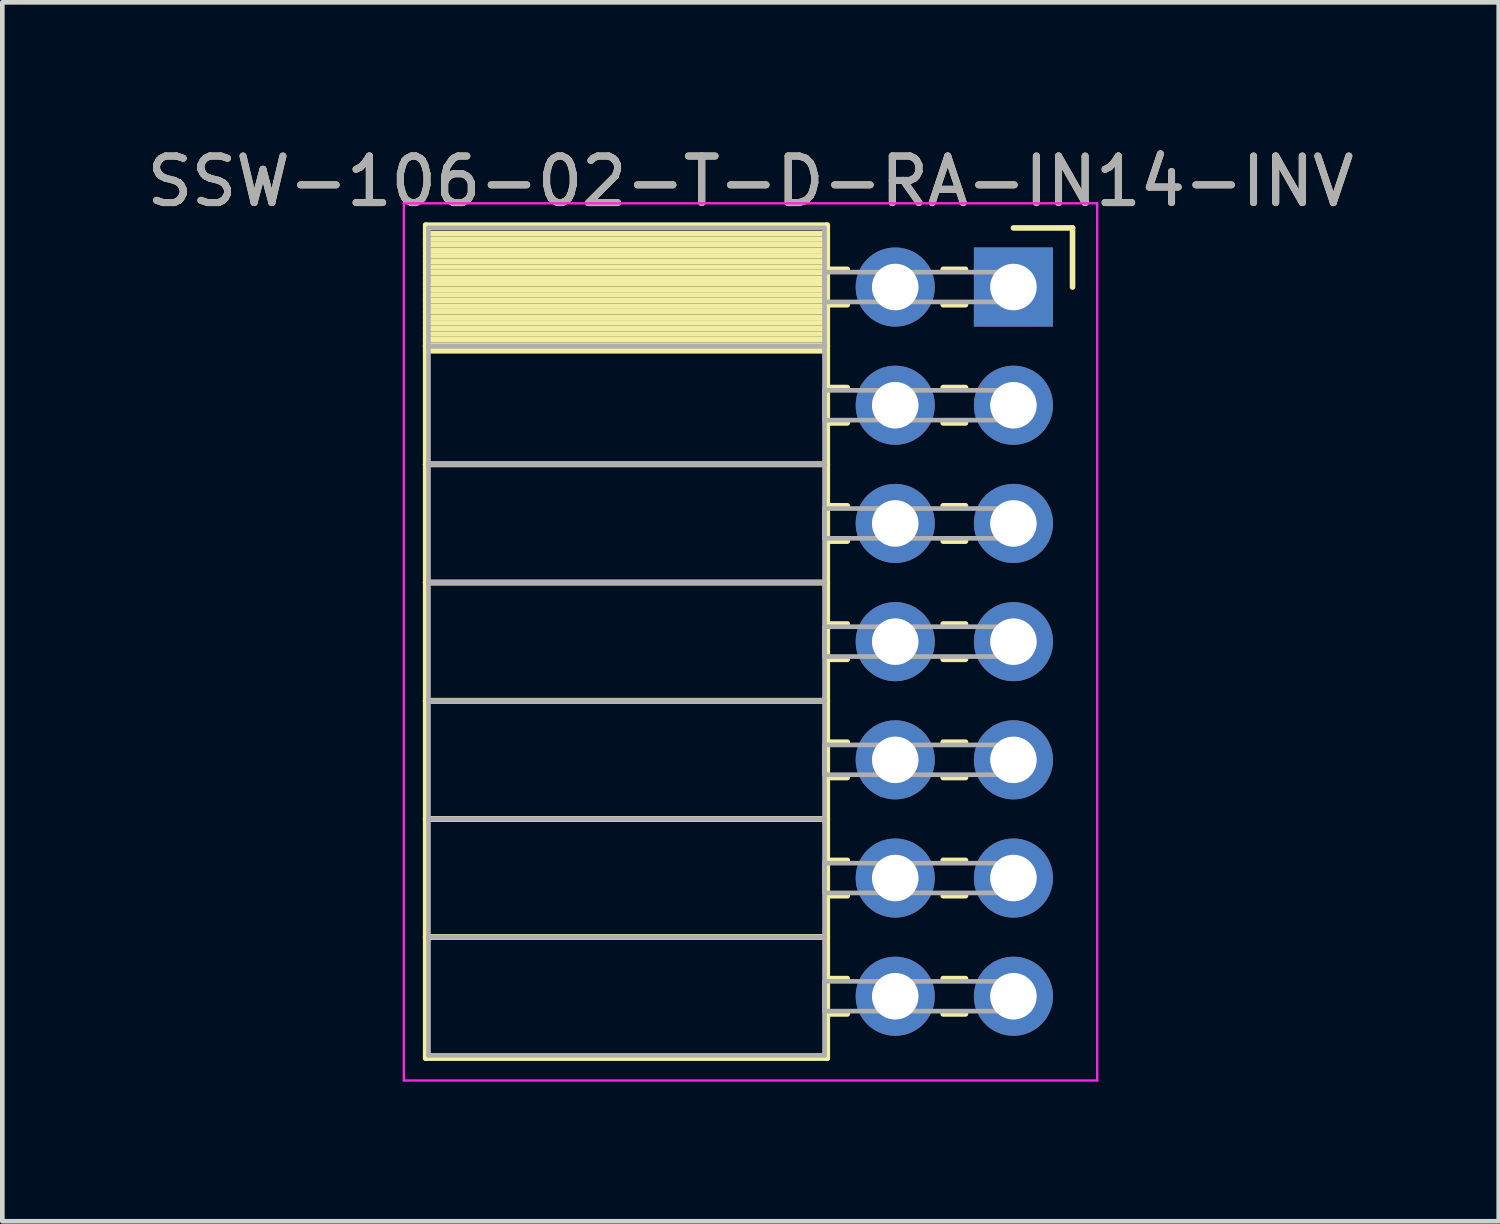
<source format=kicad_pcb>
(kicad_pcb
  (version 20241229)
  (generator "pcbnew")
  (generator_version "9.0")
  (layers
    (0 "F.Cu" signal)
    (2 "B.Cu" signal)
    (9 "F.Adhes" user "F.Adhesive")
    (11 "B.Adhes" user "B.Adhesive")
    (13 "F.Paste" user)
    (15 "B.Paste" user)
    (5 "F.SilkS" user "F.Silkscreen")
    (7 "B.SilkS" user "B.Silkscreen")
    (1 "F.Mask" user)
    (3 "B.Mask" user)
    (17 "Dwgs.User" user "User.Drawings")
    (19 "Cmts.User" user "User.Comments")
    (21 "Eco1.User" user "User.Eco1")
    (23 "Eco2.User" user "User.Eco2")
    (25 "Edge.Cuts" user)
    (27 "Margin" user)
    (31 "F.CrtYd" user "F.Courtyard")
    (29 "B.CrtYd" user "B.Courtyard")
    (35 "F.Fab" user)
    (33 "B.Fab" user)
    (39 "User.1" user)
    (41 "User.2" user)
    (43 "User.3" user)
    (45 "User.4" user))
  (footprint "SSW-106-02-T-D-RA-IN14-INV"
    (layer "F.Cu")
    (at 18.727 3.118)
    (property "Reference" "SSW-106-02-T-D-RA-IN14-INV" (at -5.65 -2.27 0) (layer "F.SilkS") (effects (font (size 1 1) (thickness 0.15))))
    (attr through_hole)
    (fp_line (start -12.63 -1.33) (end -4 -1.33) (stroke (width 0.12) (type solid)) (layer "F.SilkS"))
    (fp_line (start -12.63 1.27) (end -12.63 -1.33) (stroke (width 0.12) (type solid)) (layer "F.SilkS"))
    (fp_line (start -12.63 1.27) (end -4 1.27) (stroke (width 0.12) (type solid)) (layer "F.SilkS"))
    (fp_line (start -12.63 3.81) (end -12.63 1.27) (stroke (width 0.12) (type solid)) (layer "F.SilkS"))
    (fp_line (start -12.63 3.81) (end -4 3.81) (stroke (width 0.12) (type solid)) (layer "F.SilkS"))
    (fp_line (start -12.63 6.35) (end -12.63 3.81) (stroke (width 0.12) (type solid)) (layer "F.SilkS"))
    (fp_line (start -12.63 6.35) (end -4 6.35) (stroke (width 0.12) (type solid)) (layer "F.SilkS"))
    (fp_line (start -12.63 8.89) (end -12.63 6.35) (stroke (width 0.12) (type solid)) (layer "F.SilkS"))
    (fp_line (start -12.63 8.89) (end -4 8.89) (stroke (width 0.12) (type solid)) (layer "F.SilkS"))
    (fp_line (start -12.63 11.43) (end -12.63 8.89) (stroke (width 0.12) (type solid)) (layer "F.SilkS"))
    (fp_line (start -12.63 11.43) (end -4 11.43) (stroke (width 0.12) (type solid)) (layer "F.SilkS"))
    (fp_line (start -12.63 13.97) (end -12.63 11.43) (stroke (width 0.12) (type solid)) (layer "F.SilkS"))
    (fp_line (start -12.63 13.97) (end -4 13.97) (stroke (width 0.12) (type solid)) (layer "F.SilkS"))
    (fp_line (start -12.63 16.57) (end -12.63 13.97) (stroke (width 0.12) (type solid)) (layer "F.SilkS"))
    (fp_line (start -4 -1.33) (end -4 1.27) (stroke (width 0.12) (type solid)) (layer "F.SilkS"))
    (fp_line (start -4 -1.15) (end -12.63 -1.15) (stroke (width 0.12) (type solid)) (layer "F.SilkS"))
    (fp_line (start -4 -1.03) (end -12.63 -1.03) (stroke (width 0.12) (type solid)) (layer "F.SilkS"))
    (fp_line (start -4 -0.91) (end -12.63 -0.91) (stroke (width 0.12) (type solid)) (layer "F.SilkS"))
    (fp_line (start -4 -0.79) (end -12.63 -0.79) (stroke (width 0.12) (type solid)) (layer "F.SilkS"))
    (fp_line (start -4 -0.67) (end -12.63 -0.67) (stroke (width 0.12) (type solid)) (layer "F.SilkS"))
    (fp_line (start -4 -0.55) (end -12.63 -0.55) (stroke (width 0.12) (type solid)) (layer "F.SilkS"))
    (fp_line (start -4 -0.43) (end -12.63 -0.43) (stroke (width 0.12) (type solid)) (layer "F.SilkS"))
    (fp_line (start -4 -0.31) (end -12.63 -0.31) (stroke (width 0.12) (type solid)) (layer "F.SilkS"))
    (fp_line (start -4 -0.19) (end -12.63 -0.19) (stroke (width 0.12) (type solid)) (layer "F.SilkS"))
    (fp_line (start -4 -0.07) (end -12.63 -0.07) (stroke (width 0.12) (type solid)) (layer "F.SilkS"))
    (fp_line (start -4 0.05) (end -12.63 0.05) (stroke (width 0.12) (type solid)) (layer "F.SilkS"))
    (fp_line (start -4 0.17) (end -12.63 0.17) (stroke (width 0.12) (type solid)) (layer "F.SilkS"))
    (fp_line (start -4 0.29) (end -12.63 0.29) (stroke (width 0.12) (type solid)) (layer "F.SilkS"))
    (fp_line (start -4 0.41) (end -12.63 0.41) (stroke (width 0.12) (type solid)) (layer "F.SilkS"))
    (fp_line (start -4 0.53) (end -12.63 0.53) (stroke (width 0.12) (type solid)) (layer "F.SilkS"))
    (fp_line (start -4 0.65) (end -12.63 0.65) (stroke (width 0.12) (type solid)) (layer "F.SilkS"))
    (fp_line (start -4 0.77) (end -12.63 0.77) (stroke (width 0.12) (type solid)) (layer "F.SilkS"))
    (fp_line (start -4 0.89) (end -12.63 0.89) (stroke (width 0.12) (type solid)) (layer "F.SilkS"))
    (fp_line (start -4 1.01) (end -12.63 1.01) (stroke (width 0.12) (type solid)) (layer "F.SilkS"))
    (fp_line (start -4 1.13) (end -12.63 1.13) (stroke (width 0.12) (type solid)) (layer "F.SilkS"))
    (fp_line (start -4 1.25) (end -12.63 1.25) (stroke (width 0.12) (type solid)) (layer "F.SilkS"))
    (fp_line (start -4 1.27) (end -12.63 1.27) (stroke (width 0.12) (type solid)) (layer "F.SilkS"))
    (fp_line (start -4 1.27) (end -4 3.81) (stroke (width 0.12) (type solid)) (layer "F.SilkS"))
    (fp_line (start -4 1.37) (end -12.63 1.37) (stroke (width 0.12) (type solid)) (layer "F.SilkS"))
    (fp_line (start -4 3.81) (end -12.63 3.81) (stroke (width 0.12) (type solid)) (layer "F.SilkS"))
    (fp_line (start -4 3.81) (end -4 6.35) (stroke (width 0.12) (type solid)) (layer "F.SilkS"))
    (fp_line (start -4 6.35) (end -12.63 6.35) (stroke (width 0.12) (type solid)) (layer "F.SilkS"))
    (fp_line (start -4 6.35) (end -4 8.89) (stroke (width 0.12) (type solid)) (layer "F.SilkS"))
    (fp_line (start -4 8.89) (end -12.63 8.89) (stroke (width 0.12) (type solid)) (layer "F.SilkS"))
    (fp_line (start -4 8.89) (end -4 11.43) (stroke (width 0.12) (type solid)) (layer "F.SilkS"))
    (fp_line (start -4 11.43) (end -12.63 11.43) (stroke (width 0.12) (type solid)) (layer "F.SilkS"))
    (fp_line (start -4 11.43) (end -4 13.97) (stroke (width 0.12) (type solid)) (layer "F.SilkS"))
    (fp_line (start -4 13.97) (end -12.63 13.97) (stroke (width 0.12) (type solid)) (layer "F.SilkS"))
    (fp_line (start -4 13.97) (end -4 16.57) (stroke (width 0.12) (type solid)) (layer "F.SilkS"))
    (fp_line (start -4 16.57) (end -12.63 16.57) (stroke (width 0.12) (type solid)) (layer "F.SilkS"))
    (fp_line (start -3.57 -0.38) (end -4 -0.38) (stroke (width 0.12) (type solid)) (layer "F.SilkS"))
    (fp_line (start -3.57 0.38) (end -4 0.38) (stroke (width 0.12) (type solid)) (layer "F.SilkS"))
    (fp_line (start -3.57 2.16) (end -4 2.16) (stroke (width 0.12) (type solid)) (layer "F.SilkS"))
    (fp_line (start -3.57 2.92) (end -4 2.92) (stroke (width 0.12) (type solid)) (layer "F.SilkS"))
    (fp_line (start -3.57 4.7) (end -4 4.7) (stroke (width 0.12) (type solid)) (layer "F.SilkS"))
    (fp_line (start -3.57 5.46) (end -4 5.46) (stroke (width 0.12) (type solid)) (layer "F.SilkS"))
    (fp_line (start -3.57 7.24) (end -4 7.24) (stroke (width 0.12) (type solid)) (layer "F.SilkS"))
    (fp_line (start -3.57 8) (end -4 8) (stroke (width 0.12) (type solid)) (layer "F.SilkS"))
    (fp_line (start -3.57 9.78) (end -4 9.78) (stroke (width 0.12) (type solid)) (layer "F.SilkS"))
    (fp_line (start -3.57 10.54) (end -4 10.54) (stroke (width 0.12) (type solid)) (layer "F.SilkS"))
    (fp_line (start -3.57 12.32) (end -4 12.32) (stroke (width 0.12) (type solid)) (layer "F.SilkS"))
    (fp_line (start -3.57 13.08) (end -4 13.08) (stroke (width 0.12) (type solid)) (layer "F.SilkS"))
    (fp_line (start -3.57 14.86) (end -4 14.86) (stroke (width 0.12) (type solid)) (layer "F.SilkS"))
    (fp_line (start -3.57 15.62) (end -4 15.62) (stroke (width 0.12) (type solid)) (layer "F.SilkS"))
    (fp_line (start -1.03 -0.38) (end -1.51 -0.38) (stroke (width 0.12) (type solid)) (layer "F.SilkS"))
    (fp_line (start -1.03 0.38) (end -1.51 0.38) (stroke (width 0.12) (type solid)) (layer "F.SilkS"))
    (fp_line (start -1.03 2.16) (end -1.51 2.16) (stroke (width 0.12) (type solid)) (layer "F.SilkS"))
    (fp_line (start -1.03 2.92) (end -1.51 2.92) (stroke (width 0.12) (type solid)) (layer "F.SilkS"))
    (fp_line (start -1.03 4.7) (end -1.51 4.7) (stroke (width 0.12) (type solid)) (layer "F.SilkS"))
    (fp_line (start -1.03 5.46) (end -1.51 5.46) (stroke (width 0.12) (type solid)) (layer "F.SilkS"))
    (fp_line (start -1.03 7.24) (end -1.51 7.24) (stroke (width 0.12) (type solid)) (layer "F.SilkS"))
    (fp_line (start -1.03 8) (end -1.51 8) (stroke (width 0.12) (type solid)) (layer "F.SilkS"))
    (fp_line (start -1.03 9.78) (end -1.51 9.78) (stroke (width 0.12) (type solid)) (layer "F.SilkS"))
    (fp_line (start -1.03 10.54) (end -1.51 10.54) (stroke (width 0.12) (type solid)) (layer "F.SilkS"))
    (fp_line (start -1.03 12.32) (end -1.51 12.32) (stroke (width 0.12) (type solid)) (layer "F.SilkS"))
    (fp_line (start -1.03 13.08) (end -1.51 13.08) (stroke (width 0.12) (type solid)) (layer "F.SilkS"))
    (fp_line (start -1.03 14.86) (end -1.51 14.86) (stroke (width 0.12) (type solid)) (layer "F.SilkS"))
    (fp_line (start -1.03 15.62) (end -1.51 15.62) (stroke (width 0.12) (type solid)) (layer "F.SilkS"))
    (fp_line (start 0 -1.27) (end 1.27 -1.27) (stroke (width 0.12) (type solid)) (layer "F.SilkS"))
    (fp_line (start 1.27 -1.27) (end 1.27 0) (stroke (width 0.12) (type solid)) (layer "F.SilkS"))
    (fp_line (start -13.1 -1.8) (end 1.8 -1.8) (stroke (width 0.05) (type solid)) (layer "F.CrtYd"))
    (fp_line (start -13.1 17.05) (end -13.1 -1.8) (stroke (width 0.05) (type solid)) (layer "F.CrtYd"))
    (fp_line (start 1.8 -1.8) (end 1.8 17.05) (stroke (width 0.05) (type solid)) (layer "F.CrtYd"))
    (fp_line (start 1.8 17.05) (end -13.1 17.05) (stroke (width 0.05) (type solid)) (layer "F.CrtYd"))
    (fp_line (start -12.57 -1.27) (end -4.06 -1.27) (stroke (width 0.1) (type solid)) (layer "F.Fab"))
    (fp_line (start -12.57 1.27) (end -12.57 -1.27) (stroke (width 0.1) (type solid)) (layer "F.Fab"))
    (fp_line (start -12.57 1.27) (end -4.06 1.27) (stroke (width 0.1) (type solid)) (layer "F.Fab"))
    (fp_line (start -12.57 3.81) (end -12.57 1.27) (stroke (width 0.1) (type solid)) (layer "F.Fab"))
    (fp_line (start -12.57 3.81) (end -4.06 3.81) (stroke (width 0.1) (type solid)) (layer "F.Fab"))
    (fp_line (start -12.57 6.35) (end -12.57 3.81) (stroke (width 0.1) (type solid)) (layer "F.Fab"))
    (fp_line (start -12.57 6.35) (end -4.06 6.35) (stroke (width 0.1) (type solid)) (layer "F.Fab"))
    (fp_line (start -12.57 8.89) (end -12.57 6.35) (stroke (width 0.1) (type solid)) (layer "F.Fab"))
    (fp_line (start -12.57 8.89) (end -4.06 8.89) (stroke (width 0.1) (type solid)) (layer "F.Fab"))
    (fp_line (start -12.57 11.43) (end -12.57 8.89) (stroke (width 0.1) (type solid)) (layer "F.Fab"))
    (fp_line (start -12.57 11.43) (end -4.06 11.43) (stroke (width 0.1) (type solid)) (layer "F.Fab"))
    (fp_line (start -12.57 13.97) (end -12.57 11.43) (stroke (width 0.1) (type solid)) (layer "F.Fab"))
    (fp_line (start -12.57 13.97) (end -4.06 13.97) (stroke (width 0.1) (type solid)) (layer "F.Fab"))
    (fp_line (start -12.57 16.51) (end -12.57 13.97) (stroke (width 0.1) (type solid)) (layer "F.Fab"))
    (fp_line (start -4.06 -1.27) (end -4.06 1.27) (stroke (width 0.1) (type solid)) (layer "F.Fab"))
    (fp_line (start -4.06 -0.32) (end 0 -0.32) (stroke (width 0.1) (type solid)) (layer "F.Fab"))
    (fp_line (start -4.06 0.32) (end -4.06 -0.32) (stroke (width 0.1) (type solid)) (layer "F.Fab"))
    (fp_line (start -4.06 1.27) (end -12.57 1.27) (stroke (width 0.1) (type solid)) (layer "F.Fab"))
    (fp_line (start -4.06 1.27) (end -4.06 3.81) (stroke (width 0.1) (type solid)) (layer "F.Fab"))
    (fp_line (start -4.06 2.22) (end 0 2.22) (stroke (width 0.1) (type solid)) (layer "F.Fab"))
    (fp_line (start -4.06 2.86) (end -4.06 2.22) (stroke (width 0.1) (type solid)) (layer "F.Fab"))
    (fp_line (start -4.06 3.81) (end -12.57 3.81) (stroke (width 0.1) (type solid)) (layer "F.Fab"))
    (fp_line (start -4.06 3.81) (end -4.06 6.35) (stroke (width 0.1) (type solid)) (layer "F.Fab"))
    (fp_line (start -4.06 4.76) (end 0 4.76) (stroke (width 0.1) (type solid)) (layer "F.Fab"))
    (fp_line (start -4.06 5.4) (end -4.06 4.76) (stroke (width 0.1) (type solid)) (layer "F.Fab"))
    (fp_line (start -4.06 6.35) (end -12.57 6.35) (stroke (width 0.1) (type solid)) (layer "F.Fab"))
    (fp_line (start -4.06 6.35) (end -4.06 8.89) (stroke (width 0.1) (type solid)) (layer "F.Fab"))
    (fp_line (start -4.06 7.3) (end 0 7.3) (stroke (width 0.1) (type solid)) (layer "F.Fab"))
    (fp_line (start -4.06 7.94) (end -4.06 7.3) (stroke (width 0.1) (type solid)) (layer "F.Fab"))
    (fp_line (start -4.06 8.89) (end -12.57 8.89) (stroke (width 0.1) (type solid)) (layer "F.Fab"))
    (fp_line (start -4.06 8.89) (end -4.06 11.43) (stroke (width 0.1) (type solid)) (layer "F.Fab"))
    (fp_line (start -4.06 9.84) (end 0 9.84) (stroke (width 0.1) (type solid)) (layer "F.Fab"))
    (fp_line (start -4.06 10.48) (end -4.06 9.84) (stroke (width 0.1) (type solid)) (layer "F.Fab"))
    (fp_line (start -4.06 11.43) (end -12.57 11.43) (stroke (width 0.1) (type solid)) (layer "F.Fab"))
    (fp_line (start -4.06 11.43) (end -4.06 13.97) (stroke (width 0.1) (type solid)) (layer "F.Fab"))
    (fp_line (start -4.06 12.38) (end 0 12.38) (stroke (width 0.1) (type solid)) (layer "F.Fab"))
    (fp_line (start -4.06 13.02) (end -4.06 12.38) (stroke (width 0.1) (type solid)) (layer "F.Fab"))
    (fp_line (start -4.06 13.97) (end -12.57 13.97) (stroke (width 0.1) (type solid)) (layer "F.Fab"))
    (fp_line (start -4.06 13.97) (end -4.06 16.51) (stroke (width 0.1) (type solid)) (layer "F.Fab"))
    (fp_line (start -4.06 14.92) (end 0 14.92) (stroke (width 0.1) (type solid)) (layer "F.Fab"))
    (fp_line (start -4.06 15.56) (end -4.06 14.92) (stroke (width 0.1) (type solid)) (layer "F.Fab"))
    (fp_line (start -4.06 16.51) (end -12.57 16.51) (stroke (width 0.1) (type solid)) (layer "F.Fab"))
    (fp_line (start 0 -0.32) (end 0 0.32) (stroke (width 0.1) (type solid)) (layer "F.Fab"))
    (fp_line (start 0 0.32) (end -4.06 0.32) (stroke (width 0.1) (type solid)) (layer "F.Fab"))
    (fp_line (start 0 2.22) (end 0 2.86) (stroke (width 0.1) (type solid)) (layer "F.Fab"))
    (fp_line (start 0 2.86) (end -4.06 2.86) (stroke (width 0.1) (type solid)) (layer "F.Fab"))
    (fp_line (start 0 4.76) (end 0 5.4) (stroke (width 0.1) (type solid)) (layer "F.Fab"))
    (fp_line (start 0 5.4) (end -4.06 5.4) (stroke (width 0.1) (type solid)) (layer "F.Fab"))
    (fp_line (start 0 7.3) (end 0 7.94) (stroke (width 0.1) (type solid)) (layer "F.Fab"))
    (fp_line (start 0 7.94) (end -4.06 7.94) (stroke (width 0.1) (type solid)) (layer "F.Fab"))
    (fp_line (start 0 9.84) (end 0 10.48) (stroke (width 0.1) (type solid)) (layer "F.Fab"))
    (fp_line (start 0 10.48) (end -4.06 10.48) (stroke (width 0.1) (type solid)) (layer "F.Fab"))
    (fp_line (start 0 12.38) (end 0 13.02) (stroke (width 0.1) (type solid)) (layer "F.Fab"))
    (fp_line (start 0 13.02) (end -4.06 13.02) (stroke (width 0.1) (type solid)) (layer "F.Fab"))
    (fp_line (start 0 14.92) (end 0 15.56) (stroke (width 0.1) (type solid)) (layer "F.Fab"))
    (fp_line (start 0 15.56) (end -4.06 15.56) (stroke (width 0.1) (type solid)) (layer "F.Fab"))
    (fp_text user "${REFERENCE}" (at -5.65 -2.27 0) (layer "F.Fab") (effects (font (size 1 1) (thickness 0.15))))
    (pad "1" thru_hole rect (at 0 0) (size 1.7 1.7) (drill 1) (layers "*.Cu" "*.Mask"))
    (pad "2" thru_hole oval (at -2.54 0) (size 1.7 1.7) (drill 1) (layers "*.Cu" "*.Mask"))
    (pad "3" thru_hole oval (at 0 2.54) (size 1.7 1.7) (drill 1) (layers "*.Cu" "*.Mask"))
    (pad "4" thru_hole oval (at -2.54 2.54) (size 1.7 1.7) (drill 1) (layers "*.Cu" "*.Mask"))
    (pad "5" thru_hole oval (at 0 5.08) (size 1.7 1.7) (drill 1) (layers "*.Cu" "*.Mask"))
    (pad "6" thru_hole oval (at -2.54 5.08) (size 1.7 1.7) (drill 1) (layers "*.Cu" "*.Mask"))
    (pad "7" thru_hole oval (at 0 7.62) (size 1.7 1.7) (drill 1) (layers "*.Cu" "*.Mask"))
    (pad "8" thru_hole oval (at -2.54 7.62) (size 1.7 1.7) (drill 1) (layers "*.Cu" "*.Mask"))
    (pad "9" thru_hole oval (at 0 10.16) (size 1.7 1.7) (drill 1) (layers "*.Cu" "*.Mask"))
    (pad "10" thru_hole oval (at -2.54 10.16) (size 1.7 1.7) (drill 1) (layers "*.Cu" "*.Mask"))
    (pad "11" thru_hole oval (at 0 12.7) (size 1.7 1.7) (drill 1) (layers "*.Cu" "*.Mask"))
    (pad "12" thru_hole oval (at -2.54 12.7) (size 1.7 1.7) (drill 1) (layers "*.Cu" "*.Mask"))
    (pad "13" thru_hole oval (at 0 15.24) (size 1.7 1.7) (drill 1) (layers "*.Cu" "*.Mask"))
    (pad "14" thru_hole oval (at -2.54 15.24) (size 1.7 1.7) (drill 1) (layers "*.Cu" "*.Mask")))
  (gr_rect
    (start -3 -3)
    (end 29.155 23.193)
    (stroke (width 0.1) (type default))
    (fill no)
    (layer "Edge.Cuts")))
</source>
